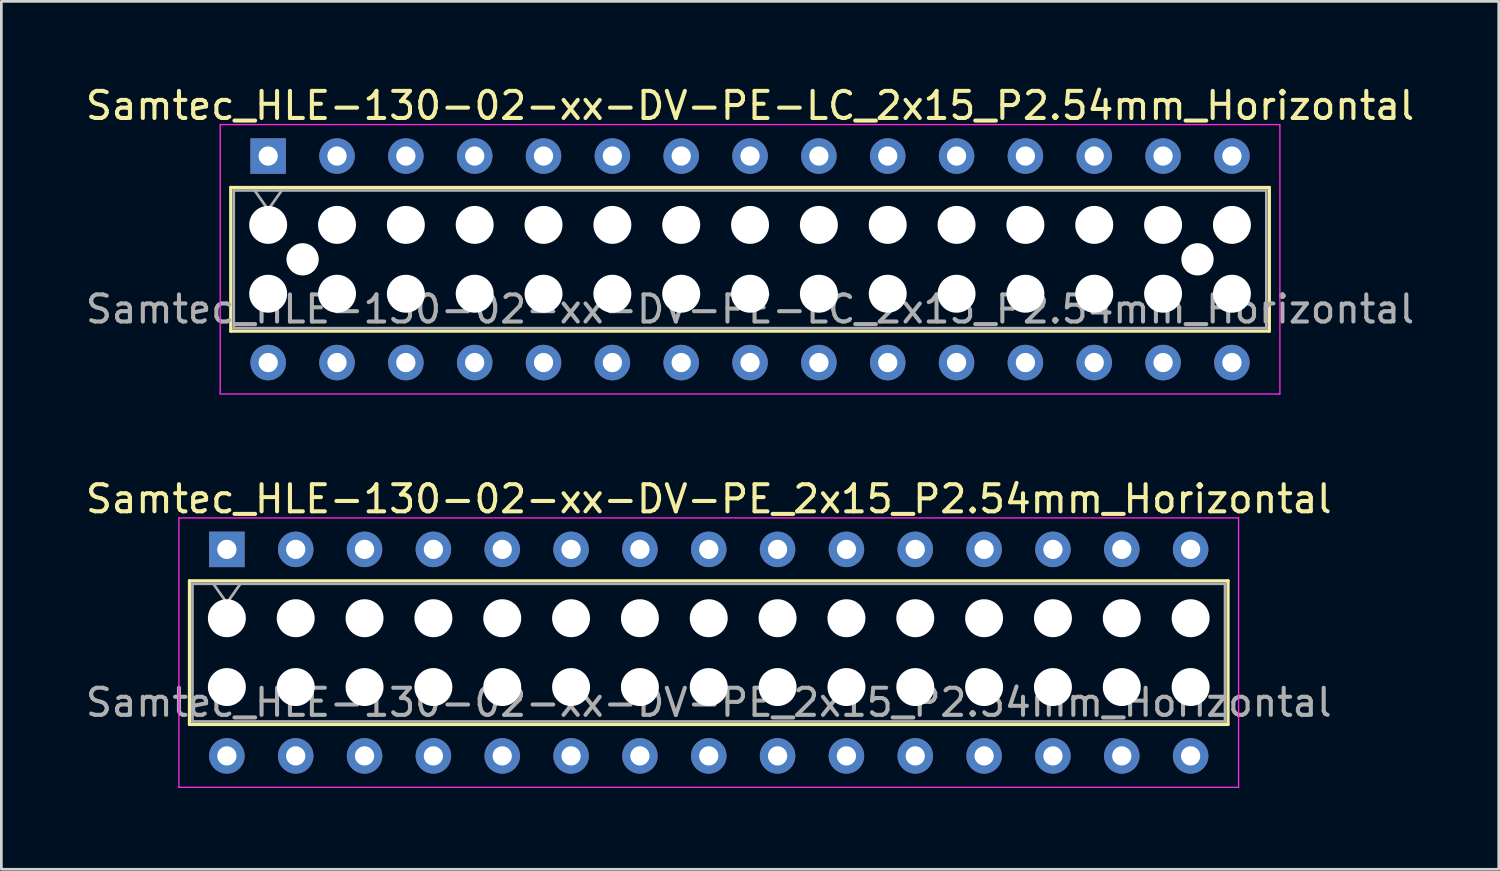
<source format=kicad_pcb>
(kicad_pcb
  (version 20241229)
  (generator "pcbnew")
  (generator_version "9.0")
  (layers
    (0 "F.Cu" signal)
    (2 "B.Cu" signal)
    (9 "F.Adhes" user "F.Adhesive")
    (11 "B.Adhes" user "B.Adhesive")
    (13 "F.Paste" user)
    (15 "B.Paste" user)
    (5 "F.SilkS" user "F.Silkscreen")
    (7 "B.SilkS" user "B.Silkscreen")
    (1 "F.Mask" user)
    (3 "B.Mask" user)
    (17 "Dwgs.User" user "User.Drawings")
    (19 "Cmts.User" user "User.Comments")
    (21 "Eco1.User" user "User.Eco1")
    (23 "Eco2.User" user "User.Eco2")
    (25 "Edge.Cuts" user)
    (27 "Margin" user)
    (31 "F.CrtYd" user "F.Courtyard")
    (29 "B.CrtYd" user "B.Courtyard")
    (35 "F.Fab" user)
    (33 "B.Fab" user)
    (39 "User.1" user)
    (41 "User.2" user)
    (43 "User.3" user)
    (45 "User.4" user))
  (footprint "Samtec_HLE-130-02-xx-DV-PE-LC_2x15_P2.54mm_Horizontal"
    (layer "F.Cu")
    (at 6.845 2.708)
    (property "Reference" "Samtec_HLE-130-02-xx-DV-PE-LC_2x15_P2.54mm_Horizontal" (at 17.78 -1.86 0) (layer "F.SilkS") (effects (font (size 1 1) (thickness 0.15))))
    (attr through_hole)
    (fp_line (start -1.38 1.16) (end 36.94 1.16) (stroke (width 0.12) (type solid)) (layer "F.SilkS"))
    (fp_line (start -1.38 6.46) (end -1.38 1.16) (stroke (width 0.12) (type solid)) (layer "F.SilkS"))
    (fp_line (start 36.94 1.16) (end 36.94 6.46) (stroke (width 0.12) (type solid)) (layer "F.SilkS"))
    (fp_line (start 36.94 6.46) (end -1.38 6.46) (stroke (width 0.12) (type solid)) (layer "F.SilkS"))
    (fp_line (start -1.77 -1.16) (end 37.33 -1.16) (stroke (width 0.05) (type solid)) (layer "F.CrtYd"))
    (fp_line (start -1.77 8.78) (end -1.77 -1.16) (stroke (width 0.05) (type solid)) (layer "F.CrtYd"))
    (fp_line (start 37.33 -1.16) (end 37.33 8.78) (stroke (width 0.05) (type solid)) (layer "F.CrtYd"))
    (fp_line (start 37.33 8.78) (end -1.77 8.78) (stroke (width 0.05) (type solid)) (layer "F.CrtYd"))
    (fp_line (start -1.27 1.27) (end 36.83 1.27) (stroke (width 0.1) (type solid)) (layer "F.Fab"))
    (fp_line (start -1.27 6.35) (end -1.27 1.27) (stroke (width 0.1) (type solid)) (layer "F.Fab"))
    (fp_line (start -0.5 1.27) (end 0 1.977) (stroke (width 0.1) (type solid)) (layer "F.Fab"))
    (fp_line (start 0 1.977) (end 0.5 1.27) (stroke (width 0.1) (type solid)) (layer "F.Fab"))
    (fp_line (start 36.83 1.27) (end 36.83 6.35) (stroke (width 0.1) (type solid)) (layer "F.Fab"))
    (fp_line (start 36.83 6.35) (end -1.27 6.35) (stroke (width 0.1) (type solid)) (layer "F.Fab"))
    (fp_text user "${REFERENCE}" (at 17.78 5.65 0) (layer "F.Fab") (effects (font (size 1 1) (thickness 0.15))))
    (pad "" np_thru_hole circle (at 0 2.54) (size 1.4 1.4) (drill 1.4) (layers "*.Cu" "*.Mask"))
    (pad "" np_thru_hole circle (at 0 5.08) (size 1.4 1.4) (drill 1.4) (layers "*.Cu" "*.Mask"))
    (pad "" np_thru_hole circle (at 1.27 3.81) (size 1.19 1.19) (drill 1.19) (layers "*.Cu" "*.Mask"))
    (pad "" np_thru_hole circle (at 2.54 2.54) (size 1.4 1.4) (drill 1.4) (layers "*.Cu" "*.Mask"))
    (pad "" np_thru_hole circle (at 2.54 5.08) (size 1.4 1.4) (drill 1.4) (layers "*.Cu" "*.Mask"))
    (pad "" np_thru_hole circle (at 5.08 2.54) (size 1.4 1.4) (drill 1.4) (layers "*.Cu" "*.Mask"))
    (pad "" np_thru_hole circle (at 5.08 5.08) (size 1.4 1.4) (drill 1.4) (layers "*.Cu" "*.Mask"))
    (pad "" np_thru_hole circle (at 7.62 2.54) (size 1.4 1.4) (drill 1.4) (layers "*.Cu" "*.Mask"))
    (pad "" np_thru_hole circle (at 7.62 5.08) (size 1.4 1.4) (drill 1.4) (layers "*.Cu" "*.Mask"))
    (pad "" np_thru_hole circle (at 10.16 2.54) (size 1.4 1.4) (drill 1.4) (layers "*.Cu" "*.Mask"))
    (pad "" np_thru_hole circle (at 10.16 5.08) (size 1.4 1.4) (drill 1.4) (layers "*.Cu" "*.Mask"))
    (pad "" np_thru_hole circle (at 12.7 2.54) (size 1.4 1.4) (drill 1.4) (layers "*.Cu" "*.Mask"))
    (pad "" np_thru_hole circle (at 12.7 5.08) (size 1.4 1.4) (drill 1.4) (layers "*.Cu" "*.Mask"))
    (pad "" np_thru_hole circle (at 15.24 2.54) (size 1.4 1.4) (drill 1.4) (layers "*.Cu" "*.Mask"))
    (pad "" np_thru_hole circle (at 15.24 5.08) (size 1.4 1.4) (drill 1.4) (layers "*.Cu" "*.Mask"))
    (pad "" np_thru_hole circle (at 17.78 2.54) (size 1.4 1.4) (drill 1.4) (layers "*.Cu" "*.Mask"))
    (pad "" np_thru_hole circle (at 17.78 5.08) (size 1.4 1.4) (drill 1.4) (layers "*.Cu" "*.Mask"))
    (pad "" np_thru_hole circle (at 20.32 2.54) (size 1.4 1.4) (drill 1.4) (layers "*.Cu" "*.Mask"))
    (pad "" np_thru_hole circle (at 20.32 5.08) (size 1.4 1.4) (drill 1.4) (layers "*.Cu" "*.Mask"))
    (pad "" np_thru_hole circle (at 22.86 2.54) (size 1.4 1.4) (drill 1.4) (layers "*.Cu" "*.Mask"))
    (pad "" np_thru_hole circle (at 22.86 5.08) (size 1.4 1.4) (drill 1.4) (layers "*.Cu" "*.Mask"))
    (pad "" np_thru_hole circle (at 25.4 2.54) (size 1.4 1.4) (drill 1.4) (layers "*.Cu" "*.Mask"))
    (pad "" np_thru_hole circle (at 25.4 5.08) (size 1.4 1.4) (drill 1.4) (layers "*.Cu" "*.Mask"))
    (pad "" np_thru_hole circle (at 27.94 2.54) (size 1.4 1.4) (drill 1.4) (layers "*.Cu" "*.Mask"))
    (pad "" np_thru_hole circle (at 27.94 5.08) (size 1.4 1.4) (drill 1.4) (layers "*.Cu" "*.Mask"))
    (pad "" np_thru_hole circle (at 30.48 2.54) (size 1.4 1.4) (drill 1.4) (layers "*.Cu" "*.Mask"))
    (pad "" np_thru_hole circle (at 30.48 5.08) (size 1.4 1.4) (drill 1.4) (layers "*.Cu" "*.Mask"))
    (pad "" np_thru_hole circle (at 33.02 2.54) (size 1.4 1.4) (drill 1.4) (layers "*.Cu" "*.Mask"))
    (pad "" np_thru_hole circle (at 33.02 5.08) (size 1.4 1.4) (drill 1.4) (layers "*.Cu" "*.Mask"))
    (pad "" np_thru_hole circle (at 34.29 3.81) (size 1.19 1.19) (drill 1.19) (layers "*.Cu" "*.Mask"))
    (pad "" np_thru_hole circle (at 35.56 2.54) (size 1.4 1.4) (drill 1.4) (layers "*.Cu" "*.Mask"))
    (pad "" np_thru_hole circle (at 35.56 5.08) (size 1.4 1.4) (drill 1.4) (layers "*.Cu" "*.Mask"))
    (pad "1" thru_hole rect (at 0 0) (size 1.31 1.31) (drill 0.71) (layers "*.Cu" "*.Mask"))
    (pad "2" thru_hole circle (at 0 7.62) (size 1.31 1.31) (drill 0.71) (layers "*.Cu" "*.Mask"))
    (pad "3" thru_hole circle (at 2.54 0) (size 1.31 1.31) (drill 0.71) (layers "*.Cu" "*.Mask"))
    (pad "4" thru_hole circle (at 2.54 7.62) (size 1.31 1.31) (drill 0.71) (layers "*.Cu" "*.Mask"))
    (pad "5" thru_hole circle (at 5.08 0) (size 1.31 1.31) (drill 0.71) (layers "*.Cu" "*.Mask"))
    (pad "6" thru_hole circle (at 5.08 7.62) (size 1.31 1.31) (drill 0.71) (layers "*.Cu" "*.Mask"))
    (pad "7" thru_hole circle (at 7.62 0) (size 1.31 1.31) (drill 0.71) (layers "*.Cu" "*.Mask"))
    (pad "8" thru_hole circle (at 7.62 7.62) (size 1.31 1.31) (drill 0.71) (layers "*.Cu" "*.Mask"))
    (pad "9" thru_hole circle (at 10.16 0) (size 1.31 1.31) (drill 0.71) (layers "*.Cu" "*.Mask"))
    (pad "10" thru_hole circle (at 10.16 7.62) (size 1.31 1.31) (drill 0.71) (layers "*.Cu" "*.Mask"))
    (pad "11" thru_hole circle (at 12.7 0) (size 1.31 1.31) (drill 0.71) (layers "*.Cu" "*.Mask"))
    (pad "12" thru_hole circle (at 12.7 7.62) (size 1.31 1.31) (drill 0.71) (layers "*.Cu" "*.Mask"))
    (pad "13" thru_hole circle (at 15.24 0) (size 1.31 1.31) (drill 0.71) (layers "*.Cu" "*.Mask"))
    (pad "14" thru_hole circle (at 15.24 7.62) (size 1.31 1.31) (drill 0.71) (layers "*.Cu" "*.Mask"))
    (pad "15" thru_hole circle (at 17.78 0) (size 1.31 1.31) (drill 0.71) (layers "*.Cu" "*.Mask"))
    (pad "16" thru_hole circle (at 17.78 7.62) (size 1.31 1.31) (drill 0.71) (layers "*.Cu" "*.Mask"))
    (pad "17" thru_hole circle (at 20.32 0) (size 1.31 1.31) (drill 0.71) (layers "*.Cu" "*.Mask"))
    (pad "18" thru_hole circle (at 20.32 7.62) (size 1.31 1.31) (drill 0.71) (layers "*.Cu" "*.Mask"))
    (pad "19" thru_hole circle (at 22.86 0) (size 1.31 1.31) (drill 0.71) (layers "*.Cu" "*.Mask"))
    (pad "20" thru_hole circle (at 22.86 7.62) (size 1.31 1.31) (drill 0.71) (layers "*.Cu" "*.Mask"))
    (pad "21" thru_hole circle (at 25.4 0) (size 1.31 1.31) (drill 0.71) (layers "*.Cu" "*.Mask"))
    (pad "22" thru_hole circle (at 25.4 7.62) (size 1.31 1.31) (drill 0.71) (layers "*.Cu" "*.Mask"))
    (pad "23" thru_hole circle (at 27.94 0) (size 1.31 1.31) (drill 0.71) (layers "*.Cu" "*.Mask"))
    (pad "24" thru_hole circle (at 27.94 7.62) (size 1.31 1.31) (drill 0.71) (layers "*.Cu" "*.Mask"))
    (pad "25" thru_hole circle (at 30.48 0) (size 1.31 1.31) (drill 0.71) (layers "*.Cu" "*.Mask"))
    (pad "26" thru_hole circle (at 30.48 7.62) (size 1.31 1.31) (drill 0.71) (layers "*.Cu" "*.Mask"))
    (pad "27" thru_hole circle (at 33.02 0) (size 1.31 1.31) (drill 0.71) (layers "*.Cu" "*.Mask"))
    (pad "28" thru_hole circle (at 33.02 7.62) (size 1.31 1.31) (drill 0.71) (layers "*.Cu" "*.Mask"))
    (pad "29" thru_hole circle (at 35.56 0) (size 1.31 1.31) (drill 0.71) (layers "*.Cu" "*.Mask"))
    (pad "30" thru_hole circle (at 35.56 7.62) (size 1.31 1.31) (drill 0.71) (layers "*.Cu" "*.Mask")))
  (footprint "Samtec_HLE-130-02-xx-DV-PE_2x15_P2.54mm_Horizontal"
    (layer "F.Cu")
    (at 5.321 17.221)
    (property "Reference" "Samtec_HLE-130-02-xx-DV-PE_2x15_P2.54mm_Horizontal" (at 17.78 -1.86 0) (layer "F.SilkS") (effects (font (size 1 1) (thickness 0.15))))
    (attr through_hole)
    (fp_line (start -1.38 1.16) (end 36.94 1.16) (stroke (width 0.12) (type solid)) (layer "F.SilkS"))
    (fp_line (start -1.38 6.46) (end -1.38 1.16) (stroke (width 0.12) (type solid)) (layer "F.SilkS"))
    (fp_line (start 36.94 1.16) (end 36.94 6.46) (stroke (width 0.12) (type solid)) (layer "F.SilkS"))
    (fp_line (start 36.94 6.46) (end -1.38 6.46) (stroke (width 0.12) (type solid)) (layer "F.SilkS"))
    (fp_line (start -1.77 -1.16) (end 37.33 -1.16) (stroke (width 0.05) (type solid)) (layer "F.CrtYd"))
    (fp_line (start -1.77 8.78) (end -1.77 -1.16) (stroke (width 0.05) (type solid)) (layer "F.CrtYd"))
    (fp_line (start 37.33 -1.16) (end 37.33 8.78) (stroke (width 0.05) (type solid)) (layer "F.CrtYd"))
    (fp_line (start 37.33 8.78) (end -1.77 8.78) (stroke (width 0.05) (type solid)) (layer "F.CrtYd"))
    (fp_line (start -1.27 1.27) (end 36.83 1.27) (stroke (width 0.1) (type solid)) (layer "F.Fab"))
    (fp_line (start -1.27 6.35) (end -1.27 1.27) (stroke (width 0.1) (type solid)) (layer "F.Fab"))
    (fp_line (start -0.5 1.27) (end 0 1.977) (stroke (width 0.1) (type solid)) (layer "F.Fab"))
    (fp_line (start 0 1.977) (end 0.5 1.27) (stroke (width 0.1) (type solid)) (layer "F.Fab"))
    (fp_line (start 36.83 1.27) (end 36.83 6.35) (stroke (width 0.1) (type solid)) (layer "F.Fab"))
    (fp_line (start 36.83 6.35) (end -1.27 6.35) (stroke (width 0.1) (type solid)) (layer "F.Fab"))
    (fp_text user "${REFERENCE}" (at 17.78 5.65 0) (layer "F.Fab") (effects (font (size 1 1) (thickness 0.15))))
    (pad "" np_thru_hole circle (at 0 2.54) (size 1.4 1.4) (drill 1.4) (layers "*.Cu" "*.Mask"))
    (pad "" np_thru_hole circle (at 0 5.08) (size 1.4 1.4) (drill 1.4) (layers "*.Cu" "*.Mask"))
    (pad "" np_thru_hole circle (at 2.54 2.54) (size 1.4 1.4) (drill 1.4) (layers "*.Cu" "*.Mask"))
    (pad "" np_thru_hole circle (at 2.54 5.08) (size 1.4 1.4) (drill 1.4) (layers "*.Cu" "*.Mask"))
    (pad "" np_thru_hole circle (at 5.08 2.54) (size 1.4 1.4) (drill 1.4) (layers "*.Cu" "*.Mask"))
    (pad "" np_thru_hole circle (at 5.08 5.08) (size 1.4 1.4) (drill 1.4) (layers "*.Cu" "*.Mask"))
    (pad "" np_thru_hole circle (at 7.62 2.54) (size 1.4 1.4) (drill 1.4) (layers "*.Cu" "*.Mask"))
    (pad "" np_thru_hole circle (at 7.62 5.08) (size 1.4 1.4) (drill 1.4) (layers "*.Cu" "*.Mask"))
    (pad "" np_thru_hole circle (at 10.16 2.54) (size 1.4 1.4) (drill 1.4) (layers "*.Cu" "*.Mask"))
    (pad "" np_thru_hole circle (at 10.16 5.08) (size 1.4 1.4) (drill 1.4) (layers "*.Cu" "*.Mask"))
    (pad "" np_thru_hole circle (at 12.7 2.54) (size 1.4 1.4) (drill 1.4) (layers "*.Cu" "*.Mask"))
    (pad "" np_thru_hole circle (at 12.7 5.08) (size 1.4 1.4) (drill 1.4) (layers "*.Cu" "*.Mask"))
    (pad "" np_thru_hole circle (at 15.24 2.54) (size 1.4 1.4) (drill 1.4) (layers "*.Cu" "*.Mask"))
    (pad "" np_thru_hole circle (at 15.24 5.08) (size 1.4 1.4) (drill 1.4) (layers "*.Cu" "*.Mask"))
    (pad "" np_thru_hole circle (at 17.78 2.54) (size 1.4 1.4) (drill 1.4) (layers "*.Cu" "*.Mask"))
    (pad "" np_thru_hole circle (at 17.78 5.08) (size 1.4 1.4) (drill 1.4) (layers "*.Cu" "*.Mask"))
    (pad "" np_thru_hole circle (at 20.32 2.54) (size 1.4 1.4) (drill 1.4) (layers "*.Cu" "*.Mask"))
    (pad "" np_thru_hole circle (at 20.32 5.08) (size 1.4 1.4) (drill 1.4) (layers "*.Cu" "*.Mask"))
    (pad "" np_thru_hole circle (at 22.86 2.54) (size 1.4 1.4) (drill 1.4) (layers "*.Cu" "*.Mask"))
    (pad "" np_thru_hole circle (at 22.86 5.08) (size 1.4 1.4) (drill 1.4) (layers "*.Cu" "*.Mask"))
    (pad "" np_thru_hole circle (at 25.4 2.54) (size 1.4 1.4) (drill 1.4) (layers "*.Cu" "*.Mask"))
    (pad "" np_thru_hole circle (at 25.4 5.08) (size 1.4 1.4) (drill 1.4) (layers "*.Cu" "*.Mask"))
    (pad "" np_thru_hole circle (at 27.94 2.54) (size 1.4 1.4) (drill 1.4) (layers "*.Cu" "*.Mask"))
    (pad "" np_thru_hole circle (at 27.94 5.08) (size 1.4 1.4) (drill 1.4) (layers "*.Cu" "*.Mask"))
    (pad "" np_thru_hole circle (at 30.48 2.54) (size 1.4 1.4) (drill 1.4) (layers "*.Cu" "*.Mask"))
    (pad "" np_thru_hole circle (at 30.48 5.08) (size 1.4 1.4) (drill 1.4) (layers "*.Cu" "*.Mask"))
    (pad "" np_thru_hole circle (at 33.02 2.54) (size 1.4 1.4) (drill 1.4) (layers "*.Cu" "*.Mask"))
    (pad "" np_thru_hole circle (at 33.02 5.08) (size 1.4 1.4) (drill 1.4) (layers "*.Cu" "*.Mask"))
    (pad "" np_thru_hole circle (at 35.56 2.54) (size 1.4 1.4) (drill 1.4) (layers "*.Cu" "*.Mask"))
    (pad "" np_thru_hole circle (at 35.56 5.08) (size 1.4 1.4) (drill 1.4) (layers "*.Cu" "*.Mask"))
    (pad "1" thru_hole rect (at 0 0) (size 1.31 1.31) (drill 0.71) (layers "*.Cu" "*.Mask"))
    (pad "2" thru_hole circle (at 0 7.62) (size 1.31 1.31) (drill 0.71) (layers "*.Cu" "*.Mask"))
    (pad "3" thru_hole circle (at 2.54 0) (size 1.31 1.31) (drill 0.71) (layers "*.Cu" "*.Mask"))
    (pad "4" thru_hole circle (at 2.54 7.62) (size 1.31 1.31) (drill 0.71) (layers "*.Cu" "*.Mask"))
    (pad "5" thru_hole circle (at 5.08 0) (size 1.31 1.31) (drill 0.71) (layers "*.Cu" "*.Mask"))
    (pad "6" thru_hole circle (at 5.08 7.62) (size 1.31 1.31) (drill 0.71) (layers "*.Cu" "*.Mask"))
    (pad "7" thru_hole circle (at 7.62 0) (size 1.31 1.31) (drill 0.71) (layers "*.Cu" "*.Mask"))
    (pad "8" thru_hole circle (at 7.62 7.62) (size 1.31 1.31) (drill 0.71) (layers "*.Cu" "*.Mask"))
    (pad "9" thru_hole circle (at 10.16 0) (size 1.31 1.31) (drill 0.71) (layers "*.Cu" "*.Mask"))
    (pad "10" thru_hole circle (at 10.16 7.62) (size 1.31 1.31) (drill 0.71) (layers "*.Cu" "*.Mask"))
    (pad "11" thru_hole circle (at 12.7 0) (size 1.31 1.31) (drill 0.71) (layers "*.Cu" "*.Mask"))
    (pad "12" thru_hole circle (at 12.7 7.62) (size 1.31 1.31) (drill 0.71) (layers "*.Cu" "*.Mask"))
    (pad "13" thru_hole circle (at 15.24 0) (size 1.31 1.31) (drill 0.71) (layers "*.Cu" "*.Mask"))
    (pad "14" thru_hole circle (at 15.24 7.62) (size 1.31 1.31) (drill 0.71) (layers "*.Cu" "*.Mask"))
    (pad "15" thru_hole circle (at 17.78 0) (size 1.31 1.31) (drill 0.71) (layers "*.Cu" "*.Mask"))
    (pad "16" thru_hole circle (at 17.78 7.62) (size 1.31 1.31) (drill 0.71) (layers "*.Cu" "*.Mask"))
    (pad "17" thru_hole circle (at 20.32 0) (size 1.31 1.31) (drill 0.71) (layers "*.Cu" "*.Mask"))
    (pad "18" thru_hole circle (at 20.32 7.62) (size 1.31 1.31) (drill 0.71) (layers "*.Cu" "*.Mask"))
    (pad "19" thru_hole circle (at 22.86 0) (size 1.31 1.31) (drill 0.71) (layers "*.Cu" "*.Mask"))
    (pad "20" thru_hole circle (at 22.86 7.62) (size 1.31 1.31) (drill 0.71) (layers "*.Cu" "*.Mask"))
    (pad "21" thru_hole circle (at 25.4 0) (size 1.31 1.31) (drill 0.71) (layers "*.Cu" "*.Mask"))
    (pad "22" thru_hole circle (at 25.4 7.62) (size 1.31 1.31) (drill 0.71) (layers "*.Cu" "*.Mask"))
    (pad "23" thru_hole circle (at 27.94 0) (size 1.31 1.31) (drill 0.71) (layers "*.Cu" "*.Mask"))
    (pad "24" thru_hole circle (at 27.94 7.62) (size 1.31 1.31) (drill 0.71) (layers "*.Cu" "*.Mask"))
    (pad "25" thru_hole circle (at 30.48 0) (size 1.31 1.31) (drill 0.71) (layers "*.Cu" "*.Mask"))
    (pad "26" thru_hole circle (at 30.48 7.62) (size 1.31 1.31) (drill 0.71) (layers "*.Cu" "*.Mask"))
    (pad "27" thru_hole circle (at 33.02 0) (size 1.31 1.31) (drill 0.71) (layers "*.Cu" "*.Mask"))
    (pad "28" thru_hole circle (at 33.02 7.62) (size 1.31 1.31) (drill 0.71) (layers "*.Cu" "*.Mask"))
    (pad "29" thru_hole circle (at 35.56 0) (size 1.31 1.31) (drill 0.71) (layers "*.Cu" "*.Mask"))
    (pad "30" thru_hole circle (at 35.56 7.62) (size 1.31 1.31) (drill 0.71) (layers "*.Cu" "*.Mask")))
  (gr_rect
    (start -3 -3)
    (end 52.25 29.026)
    (stroke (width 0.1) (type default))
    (fill no)
    (layer "Edge.Cuts")))
</source>
